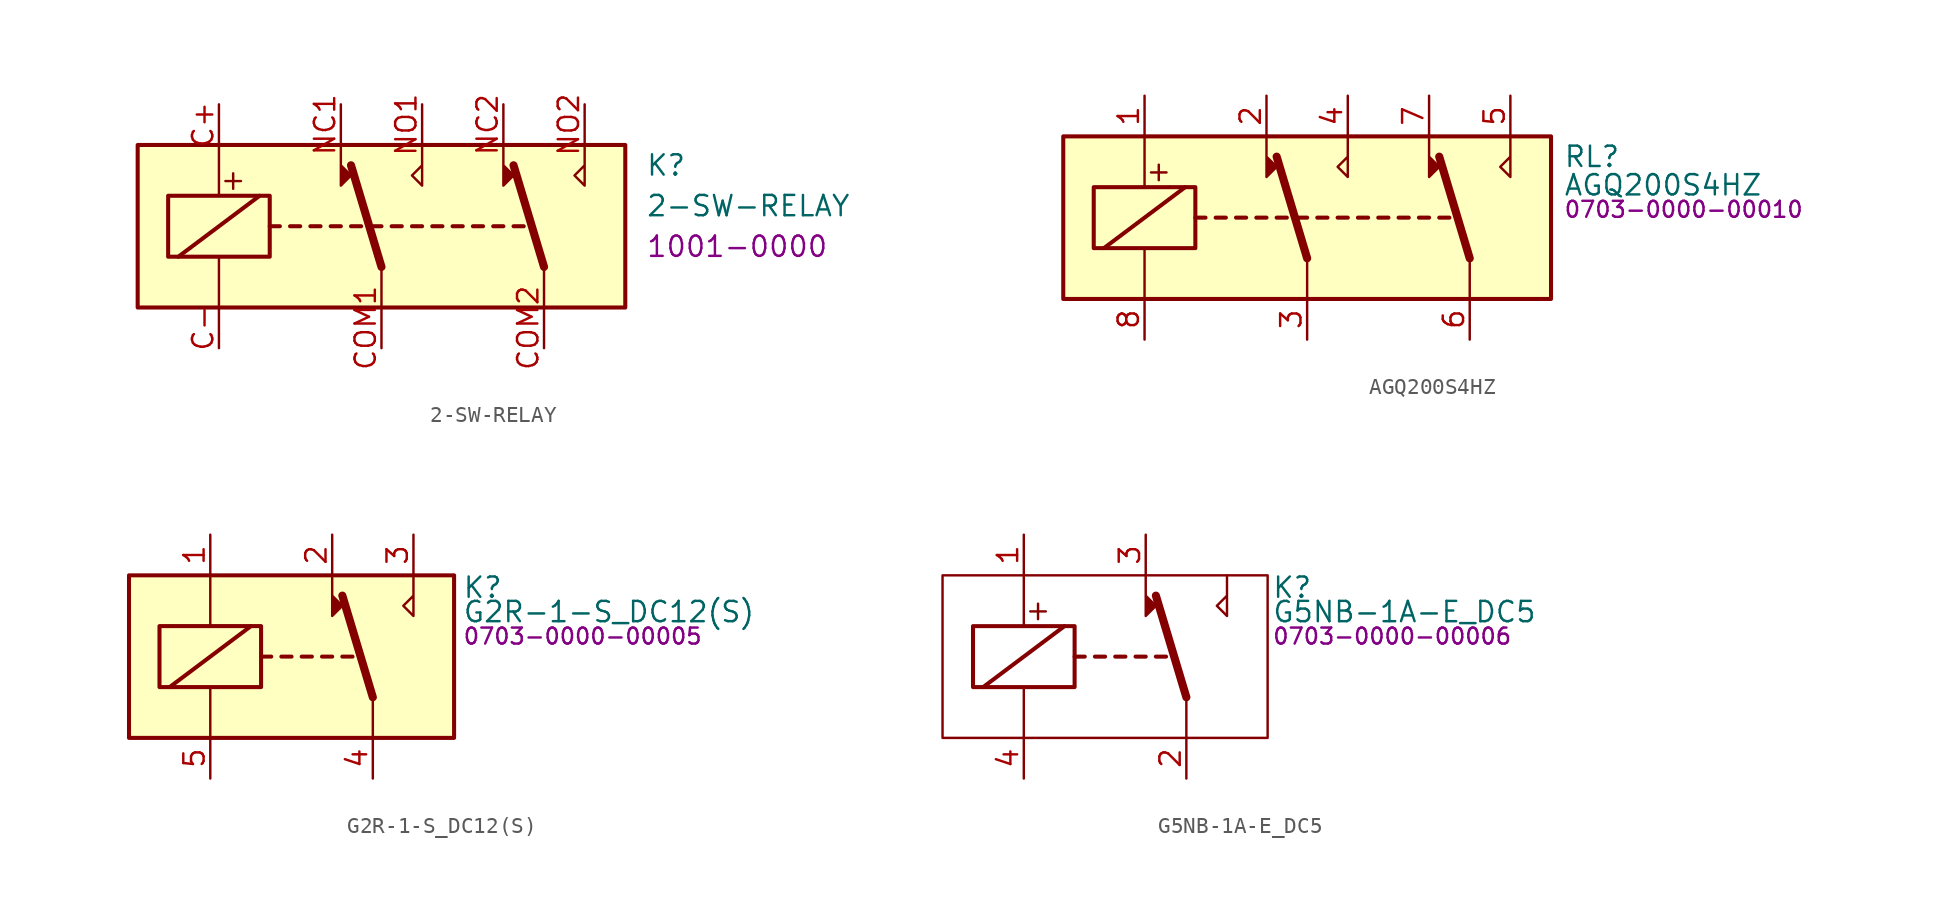
<source format=kicad_sym>
(kicad_symbol_lib
  (version 20231120)
  (generator "kicad_symbol_editor")
  (generator_version "8.0")
  (symbol "2-SW-RELAY"
    (property "Reference" "K"
      (at 16.51 3.81 0)
      (effects (font (size 1.27 1.27)) (justify left)))
    (property "Value" "2-SW-RELAY"
      (at 16.51 1.27 0)
      (effects (font (size 1.27 1.27)) (justify left)))
    (property "PartNumber" "1001-0000"
      (at 16.51 -1.27 0)
      (effects (font (size 1.27 1.27)) (justify left)))
    (symbol "2-SW-RELAY_0_0"
      (text "+" (at -9.271 2.921 0) (effects (font (size 1.27 1.27)))))
    (symbol "2-SW-RELAY_0_1"
      (rectangle (start -15.24 5.08) (end 15.24 -5.08) (stroke (width 0.254) (type default)) (fill (type background)))
      (rectangle (start -13.335 1.905) (end -6.985 -1.905) (stroke (width 0.254) (type default)) (fill (type none)))
      (polyline (pts (xy -12.7 -1.905) (xy -7.62 1.905)) (stroke (width 0.254) (type default)) (fill (type none)))
      (polyline (pts (xy -10.16 -5.08) (xy -10.16 -1.905)) (stroke (width 0) (type default)) (fill (type none)))
      (polyline (pts (xy -10.16 5.08) (xy -10.16 1.905)) (stroke (width 0) (type default)) (fill (type none)))
      (polyline (pts (xy -6.985 0) (xy -6.35 0)) (stroke (width 0.254) (type default)) (fill (type none)))
      (polyline (pts (xy -5.715 0) (xy -5.08 0)) (stroke (width 0.254) (type default)) (fill (type none)))
      (polyline (pts (xy -4.445 0) (xy -3.81 0)) (stroke (width 0.254) (type default)) (fill (type none)))
      (polyline (pts (xy -3.175 0) (xy -2.54 0)) (stroke (width 0.254) (type default)) (fill (type none)))
      (polyline (pts (xy -1.905 0) (xy -1.27 0)) (stroke (width 0.254) (type default)) (fill (type none)))
      (polyline (pts (xy -0.635 0) (xy 0 0)) (stroke (width 0.254) (type default)) (fill (type none)))
      (polyline (pts (xy 0 -2.54) (xy -1.905 3.81)) (stroke (width 0.508) (type default)) (fill (type none)))
      (polyline (pts (xy 0 -2.54) (xy 0 -5.08)) (stroke (width 0) (type default)) (fill (type none)))
      (polyline (pts (xy 0.635 0) (xy 1.27 0)) (stroke (width 0.254) (type default)) (fill (type none)))
      (polyline (pts (xy 1.905 0) (xy 2.54 0)) (stroke (width 0.254) (type default)) (fill (type none)))
      (polyline (pts (xy 3.175 0) (xy 3.81 0)) (stroke (width 0.254) (type default)) (fill (type none)))
      (polyline (pts (xy 4.445 0) (xy 5.08 0)) (stroke (width 0.254) (type default)) (fill (type none)))
      (polyline (pts (xy 5.715 0) (xy 6.35 0)) (stroke (width 0.254) (type default)) (fill (type none)))
      (polyline (pts (xy 6.985 0) (xy 7.62 0)) (stroke (width 0.254) (type default)) (fill (type none)))
      (polyline (pts (xy 8.255 0) (xy 8.89 0)) (stroke (width 0.254) (type default)) (fill (type none)))
      (polyline (pts (xy 10.16 -2.54) (xy 8.255 3.81)) (stroke (width 0.508) (type default)) (fill (type none)))
      (polyline (pts (xy 10.16 -2.54) (xy 10.16 -5.08)) (stroke (width 0) (type default)) (fill (type none)))
      (polyline (pts (xy -2.54 5.08) (xy -2.54 2.54) (xy -1.905 3.175) (xy -2.54 3.81)) (stroke (width 0) (type default)) (fill (type outline)))
      (polyline (pts (xy 2.54 5.08) (xy 2.54 2.54) (xy 1.905 3.175) (xy 2.54 3.81)) (stroke (width 0) (type default)) (fill (type none)))
      (polyline (pts (xy 7.62 5.08) (xy 7.62 2.54) (xy 8.255 3.175) (xy 7.62 3.81)) (stroke (width 0) (type default)) (fill (type outline)))
      (polyline (pts (xy 12.7 5.08) (xy 12.7 2.54) (xy 12.065 3.175) (xy 12.7 3.81)) (stroke (width 0) (type default)) (fill (type none))))
    (symbol "2-SW-RELAY_1_1"
      (pin passive line (at -10.16 7.62 270) (length 2.54) (name "~" (effects (font (size 1.27 1.27)))) (number "C+" (effects (font (size 1.27 1.27)))))
      (pin passive line (at -10.16 -7.62 90) (length 2.54) (name "~" (effects (font (size 1.27 1.27)))) (number "C-" (effects (font (size 1.27 1.27)))))
      (pin passive line (at 0 -7.62 90) (length 2.54) (name "~" (effects (font (size 1.27 1.27)))) (number "COM1" (effects (font (size 1.27 1.27)))))
      (pin passive line (at 10.16 -7.62 90) (length 2.54) (name "~" (effects (font (size 1.27 1.27)))) (number "COM2" (effects (font (size 1.27 1.27)))))
      (pin passive line (at -2.54 7.62 270) (length 2.54) (name "~" (effects (font (size 1.27 1.27)))) (number "NC1" (effects (font (size 1.27 1.27)))))
      (pin passive line (at 7.62 7.62 270) (length 2.54) (name "~" (effects (font (size 1.27 1.27)))) (number "NC2" (effects (font (size 1.27 1.27)))))
      (pin passive line (at 2.54 7.62 270) (length 2.54) (name "~" (effects (font (size 1.27 1.27)))) (number "NO1" (effects (font (size 1.27 1.27)))))
      (pin passive line (at 12.7 7.62 270) (length 2.54) (name "~" (effects (font (size 1.27 1.27)))) (number "NO2" (effects (font (size 1.27 1.27)))))))
  (symbol "AGQ200S4HZ"
    (property "Reference" "RL"
      (at 31.242 -1.27 0)
      (effects (font (size 1.27 1.27)) (justify left)))
    (property "Value" "AGQ200S4HZ"
      (at 31.242 -3.048 0)
      (effects (font (size 1.27 1.27)) (justify left)))
    (property "PartNumber" "0703-0000-00010"
      (at 31.242 -4.572 0)
      (effects (font (size 1 1)) (justify left)))
    (symbol "AGQ200S4HZ_0_0"
      (text "+" (at 5.969 -2.159 0) (effects (font (size 1.27 1.27)))))
    (symbol "AGQ200S4HZ_0_1"
      (polyline (pts (xy 2.54 -6.985) (xy 7.62 -3.175)) (stroke (width 0.254) (type default)) (fill (type none)))
      (polyline (pts (xy 5.08 -10.16) (xy 5.08 -6.985)) (stroke (width 0) (type default)) (fill (type none)))
      (polyline (pts (xy 5.08 0) (xy 5.08 -3.175)) (stroke (width 0) (type default)) (fill (type none)))
      (polyline (pts (xy 8.255 -5.08) (xy 8.89 -5.08)) (stroke (width 0.254) (type default)) (fill (type none)))
      (polyline (pts (xy 9.525 -5.08) (xy 10.16 -5.08)) (stroke (width 0.254) (type default)) (fill (type none)))
      (polyline (pts (xy 10.795 -5.08) (xy 11.43 -5.08)) (stroke (width 0.254) (type default)) (fill (type none)))
      (polyline (pts (xy 12.065 -5.08) (xy 12.7 -5.08)) (stroke (width 0.254) (type default)) (fill (type none)))
      (polyline (pts (xy 13.335 -5.08) (xy 13.97 -5.08)) (stroke (width 0.254) (type default)) (fill (type none)))
      (polyline (pts (xy 14.605 -5.08) (xy 15.24 -5.08)) (stroke (width 0.254) (type default)) (fill (type none)))
      (polyline (pts (xy 15.24 -7.62) (xy 13.335 -1.27)) (stroke (width 0.508) (type default)) (fill (type none)))
      (polyline (pts (xy 15.24 -7.62) (xy 15.24 -10.16)) (stroke (width 0) (type default)) (fill (type none)))
      (polyline (pts (xy 15.875 -5.08) (xy 16.51 -5.08)) (stroke (width 0.254) (type default)) (fill (type none)))
      (polyline (pts (xy 17.145 -5.08) (xy 17.78 -5.08)) (stroke (width 0.254) (type default)) (fill (type none)))
      (polyline (pts (xy 18.415 -5.08) (xy 19.05 -5.08)) (stroke (width 0.254) (type default)) (fill (type none)))
      (polyline (pts (xy 19.685 -5.08) (xy 20.32 -5.08)) (stroke (width 0.254) (type default)) (fill (type none)))
      (polyline (pts (xy 20.955 -5.08) (xy 21.59 -5.08)) (stroke (width 0.254) (type default)) (fill (type none)))
      (polyline (pts (xy 22.225 -5.08) (xy 22.86 -5.08)) (stroke (width 0.254) (type default)) (fill (type none)))
      (polyline (pts (xy 23.495 -5.08) (xy 24.13 -5.08)) (stroke (width 0.254) (type default)) (fill (type none)))
      (polyline (pts (xy 25.4 -7.62) (xy 23.495 -1.27)) (stroke (width 0.508) (type default)) (fill (type none)))
      (polyline (pts (xy 25.4 -7.62) (xy 25.4 -10.16)) (stroke (width 0) (type default)) (fill (type none)))
      (polyline (pts (xy 12.7 0) (xy 12.7 -2.54) (xy 13.335 -1.905) (xy 12.7 -1.27)) (stroke (width 0) (type default)) (fill (type outline)))
      (polyline (pts (xy 17.78 0) (xy 17.78 -2.54) (xy 17.145 -1.905) (xy 17.78 -1.27)) (stroke (width 0) (type default)) (fill (type none)))
      (polyline (pts (xy 22.86 0) (xy 22.86 -2.54) (xy 23.495 -1.905) (xy 22.86 -1.27)) (stroke (width 0) (type default)) (fill (type outline)))
      (polyline (pts (xy 27.94 0) (xy 27.94 -2.54) (xy 27.305 -1.905) (xy 27.94 -1.27)) (stroke (width 0) (type default)) (fill (type none)))
      (rectangle (start 0 0) (end 30.48 -10.16) (stroke (width 0.254) (type default)) (fill (type background)))
      (rectangle (start 1.905 -3.175) (end 8.255 -6.985) (stroke (width 0.254) (type default)) (fill (type none))))
    (symbol "AGQ200S4HZ_1_1"
      (pin passive line (at 5.08 2.54 270) (length 2.54) (name "C+" (effects (font (size 0 0)))) (number "1" (effects (font (size 1.27 1.27)))))
      (pin passive line (at 12.7 2.54 270) (length 2.54) (name "NC1" (effects (font (size 0 0)))) (number "2" (effects (font (size 1.27 1.27)))))
      (pin passive line (at 15.24 -12.7 90) (length 2.54) (name "COM1" (effects (font (size 0 0)))) (number "3" (effects (font (size 1.27 1.27)))))
      (pin passive line (at 17.78 2.54 270) (length 2.54) (name "NO1" (effects (font (size 0 0)))) (number "4" (effects (font (size 1.27 1.27)))))
      (pin passive line (at 27.94 2.54 270) (length 2.54) (name "NO2" (effects (font (size 0 0)))) (number "5" (effects (font (size 1.27 1.27)))))
      (pin passive line (at 25.4 -12.7 90) (length 2.54) (name "COM2" (effects (font (size 0 0)))) (number "6" (effects (font (size 1.27 1.27)))))
      (pin passive line (at 22.86 2.54 270) (length 2.54) (name "NC2" (effects (font (size 0 0)))) (number "7" (effects (font (size 1.27 1.27)))))
      (pin passive line (at 5.08 -12.7 90) (length 2.54) (name "C-" (effects (font (size 0 0)))) (number "8" (effects (font (size 1.27 1.27)))))))
  (symbol "G2R-1-S_DC12(S)"
    (pin_names hide)
    (property "Reference" "K"
      (at 20.828 -0.762 0)
      (effects (font (size 1.27 1.27)) (justify left)))
    (property "Value" "G2R-1-S_DC12(S)"
      (at 20.828 -2.286 0)
      (effects (font (size 1.27 1.27)) (justify left)))
    (property "PartNumber" "0703-0000-00005"
      (at 20.828 -3.81 0)
      (effects (font (size 1 1)) (justify left)))
    (symbol "G2R-1-S_DC12(S)_0_0"
      (polyline (pts (xy 17.78 0) (xy 17.78 -2.54) (xy 17.145 -1.905) (xy 17.78 -1.27)) (stroke (width 0) (type default)) (fill (type none))))
    (symbol "G2R-1-S_DC12(S)_0_1"
      (polyline (pts (xy 2.54 -6.985) (xy 7.62 -3.175)) (stroke (width 0.254) (type default)) (fill (type none)))
      (polyline (pts (xy 5.08 -10.16) (xy 5.08 -6.985)) (stroke (width 0) (type default)) (fill (type none)))
      (polyline (pts (xy 5.08 0) (xy 5.08 -3.175)) (stroke (width 0) (type default)) (fill (type none)))
      (polyline (pts (xy 8.255 -5.08) (xy 8.89 -5.08)) (stroke (width 0.254) (type default)) (fill (type none)))
      (polyline (pts (xy 9.525 -5.08) (xy 10.16 -5.08)) (stroke (width 0.254) (type default)) (fill (type none)))
      (polyline (pts (xy 10.795 -5.08) (xy 11.43 -5.08)) (stroke (width 0.254) (type default)) (fill (type none)))
      (polyline (pts (xy 12.065 -5.08) (xy 12.7 -5.08)) (stroke (width 0.254) (type default)) (fill (type none)))
      (polyline (pts (xy 13.335 -5.08) (xy 13.97 -5.08)) (stroke (width 0.254) (type default)) (fill (type none)))
      (polyline (pts (xy 15.24 -7.62) (xy 13.335 -1.27)) (stroke (width 0.508) (type default)) (fill (type none)))
      (polyline (pts (xy 15.24 -7.62) (xy 15.24 -10.16)) (stroke (width 0) (type default)) (fill (type none)))
      (polyline (pts (xy 12.7 0) (xy 12.7 -2.54) (xy 13.335 -1.905) (xy 12.7 -1.27)) (stroke (width 0) (type default)) (fill (type outline)))
      (rectangle (start 0 0) (end 20.32 -10.16) (stroke (width 0.254) (type default)) (fill (type background)))
      (rectangle (start 1.905 -3.175) (end 8.255 -6.985) (stroke (width 0.254) (type default)) (fill (type none))))
    (symbol "G2R-1-S_DC12(S)_1_1"
      (pin passive line (at 5.08 2.54 270) (length 2.54) (name "C+" (effects (font (size 1.27 1.27)))) (number "1" (effects (font (size 1.27 1.27)))))
      (pin passive line (at 12.7 2.54 270) (length 2.54) (name "NC" (effects (font (size 1.27 1.27)))) (number "2" (effects (font (size 1.27 1.27)))))
      (pin passive line (at 17.78 2.54 270) (length 2.54) (name "NO" (effects (font (size 1.27 1.27)))) (number "3" (effects (font (size 1.27 1.27)))))
      (pin passive line (at 15.24 -12.7 90) (length 2.54) (name "COM" (effects (font (size 1.27 1.27)))) (number "4" (effects (font (size 1.27 1.27)))))
      (pin passive line (at 5.08 -12.7 90) (length 2.54) (name "C_" (effects (font (size 1.27 1.27)))) (number "5" (effects (font (size 1.27 1.27)))))))
  (symbol "G5NB-1A-E_DC5"
    (pin_names hide)
    (property "Reference" "K"
      (at 20.574 -0.762 0)
      (effects (font (size 1.27 1.27)) (justify left)))
    (property "Value" "G5NB-1A-E_DC5"
      (at 20.574 -2.286 0)
      (effects (font (size 1.27 1.27)) (justify left)))
    (property "PartNumber" "0703-0000-00006"
      (at 20.574 -3.81 0)
      (effects (font (size 1 1)) (justify left)))
    (symbol "G5NB-1A-E_DC5_0_0"
      (text "+" (at 5.969 -2.159 0) (effects (font (size 1.27 1.27)))))
    (symbol "G5NB-1A-E_DC5_0_1"
      (polyline (pts (xy 2.54 -6.985) (xy 7.62 -3.175)) (stroke (width 0.254) (type default)) (fill (type none)))
      (polyline (pts (xy 5.08 -10.16) (xy 5.08 -6.985)) (stroke (width 0) (type default)) (fill (type none)))
      (polyline (pts (xy 5.08 0) (xy 5.08 -3.175)) (stroke (width 0) (type default)) (fill (type none)))
      (polyline (pts (xy 8.255 -5.08) (xy 8.89 -5.08)) (stroke (width 0.254) (type default)) (fill (type none)))
      (polyline (pts (xy 9.525 -5.08) (xy 10.16 -5.08)) (stroke (width 0.254) (type default)) (fill (type none)))
      (polyline (pts (xy 10.795 -5.08) (xy 11.43 -5.08)) (stroke (width 0.254) (type default)) (fill (type none)))
      (polyline (pts (xy 12.065 -5.08) (xy 12.7 -5.08)) (stroke (width 0.254) (type default)) (fill (type none)))
      (polyline (pts (xy 13.335 -5.08) (xy 13.97 -5.08)) (stroke (width 0.254) (type default)) (fill (type none)))
      (polyline (pts (xy 15.24 -7.62) (xy 13.335 -1.27)) (stroke (width 0.508) (type default)) (fill (type none)))
      (polyline (pts (xy 15.24 -7.62) (xy 15.24 -10.16)) (stroke (width 0) (type default)) (fill (type none)))
      (polyline (pts (xy 12.7 0) (xy 12.7 -2.54) (xy 13.335 -1.905) (xy 12.7 -1.27)) (stroke (width 0) (type default)) (fill (type outline)))
      (polyline (pts (xy 17.78 0) (xy 17.78 -2.54) (xy 17.145 -1.905) (xy 17.78 -1.27)) (stroke (width 0) (type default)) (fill (type none)))
      (rectangle (start 0 0) (end 20.32 -10.16) (stroke (width 0) (type default)) (fill (type none)))
      (rectangle (start 1.905 -3.175) (end 8.255 -6.985) (stroke (width 0.254) (type default)) (fill (type none))))
    (symbol "G5NB-1A-E_DC5_1_1"
      (pin passive line (at 5.08 2.54 270) (length 2.54) (name "C+" (effects (font (size 1.27 1.27)))) (number "1" (effects (font (size 1.27 1.27)))))
      (pin passive line (at 15.24 -12.7 90) (length 2.54) (name "COM" (effects (font (size 1.27 1.27)))) (number "2" (effects (font (size 1.27 1.27)))))
      (pin passive line (at 12.7 2.54 270) (length 2.54) (name "NC" (effects (font (size 1.27 1.27)))) (number "3" (effects (font (size 1.27 1.27)))))
      (pin passive line (at 5.08 -12.7 90) (length 2.54) (name "C-" (effects (font (size 1.27 1.27)))) (number "4" (effects (font (size 1.27 1.27))))))))
</source>
